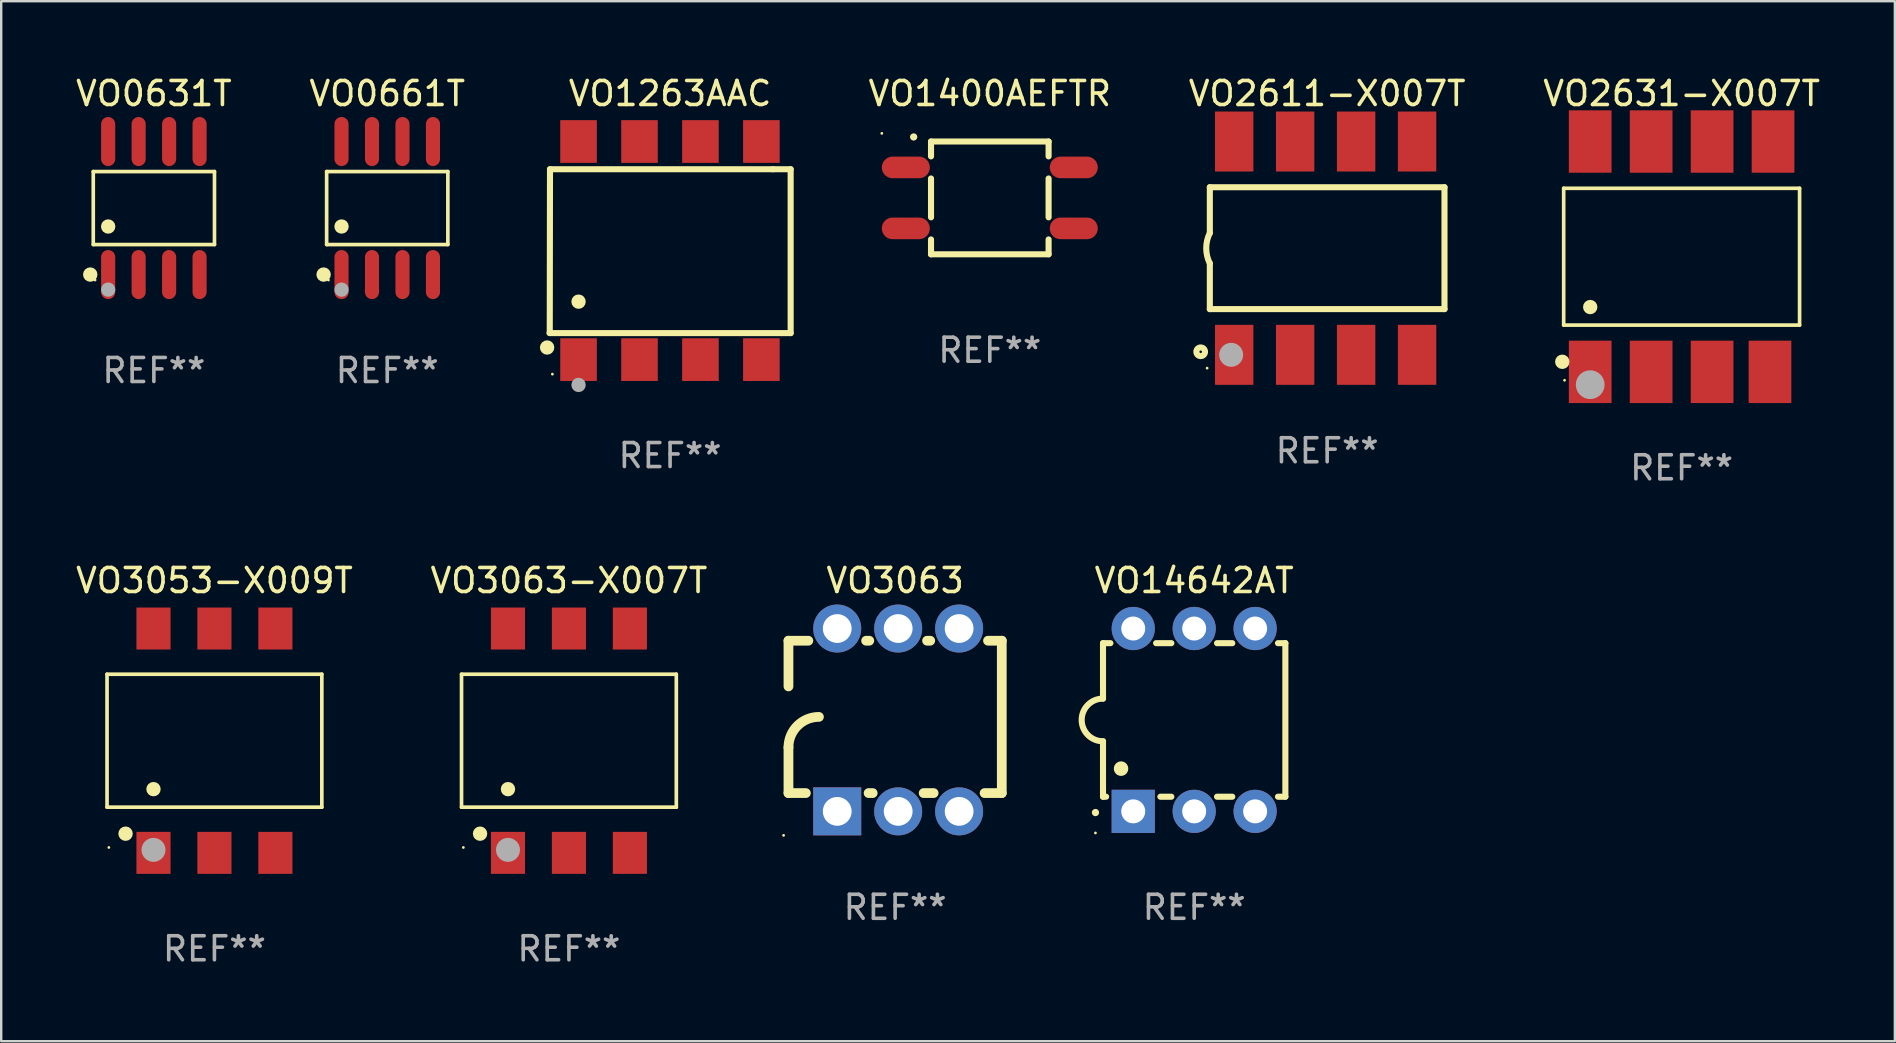
<source format=kicad_pcb>
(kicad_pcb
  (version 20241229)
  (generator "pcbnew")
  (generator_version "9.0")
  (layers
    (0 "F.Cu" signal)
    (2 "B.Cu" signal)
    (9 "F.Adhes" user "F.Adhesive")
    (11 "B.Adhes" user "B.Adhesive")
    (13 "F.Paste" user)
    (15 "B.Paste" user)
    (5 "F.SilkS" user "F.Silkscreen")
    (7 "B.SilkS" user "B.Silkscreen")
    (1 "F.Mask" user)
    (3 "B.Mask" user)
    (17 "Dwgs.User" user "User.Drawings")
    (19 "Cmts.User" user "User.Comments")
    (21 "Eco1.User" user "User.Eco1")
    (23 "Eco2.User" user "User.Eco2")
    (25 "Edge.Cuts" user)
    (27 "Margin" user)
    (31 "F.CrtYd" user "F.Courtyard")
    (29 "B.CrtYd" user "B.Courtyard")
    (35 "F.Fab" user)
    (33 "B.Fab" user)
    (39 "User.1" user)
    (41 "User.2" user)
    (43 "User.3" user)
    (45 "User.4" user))
  (footprint "VO1263AAC"
    (layer "F.Cu")
    (at 24.877 7.393)
    (property "Reference" "VO1263AAC" (at 0 -6.545 0) (layer "F.SilkS") (effects (font (size 1 1) (thickness 0.15))))
    (attr through_hole)
    (fp_line (start -5.005 -3.39) (end -5.015 3.42) (stroke (width 0.254) (type solid)) (layer "F.SilkS"))
    (fp_line (start 4.285 -3.39) (end -5.005 -3.39) (stroke (width 0.254) (type solid)) (layer "F.SilkS"))
    (fp_line (start 4.285 -3.39) (end 5.025 -3.39) (stroke (width 0.254) (type solid)) (layer "F.SilkS"))
    (fp_line (start 5.025 -3.39) (end 5.025 3.44) (stroke (width 0.254) (type solid)) (layer "F.SilkS"))
    (fp_line (start 5.025 3.44) (end -5.025 3.44) (stroke (width 0.254) (type solid)) (layer "F.SilkS"))
    (fp_circle (center -5.125 4.04) (end -4.975 4.04) (stroke (width 0.3) (type solid)) (fill no) (layer "F.SilkS"))
    (fp_circle (center -4.905 5.15) (end -4.875 5.15) (stroke (width 0.06) (type solid)) (fill no) (layer "F.SilkS"))
    (fp_circle (center -3.815 2.129) (end -3.665 2.129) (stroke (width 0.3) (type solid)) (fill no) (layer "F.SilkS"))
    (fp_circle (center -3.815 5.6) (end -3.665 5.6) (stroke (width 0.3) (type solid)) (fill no) (layer "F.Fab"))
    (fp_text user "REF**" (at 0 8.545 0) (layer "F.Fab") (effects (font (size 1 1) (thickness 0.15))))
    (pad "1" smd rect (at -3.815 4.545) (size 1.525 1.78) (layers "F.Cu" "F.Mask" "F.Paste"))
    (pad "2" smd rect (at -1.275 4.545) (size 1.525 1.78) (layers "F.Cu" "F.Mask" "F.Paste"))
    (pad "3" smd rect (at 1.265 4.545) (size 1.525 1.78) (layers "F.Cu" "F.Mask" "F.Paste"))
    (pad "4" smd rect (at 3.805 4.545) (size 1.525 1.78) (layers "F.Cu" "F.Mask" "F.Paste"))
    (pad "5" smd rect (at 3.805 -4.545) (size 1.525 1.78) (layers "F.Cu" "F.Mask" "F.Paste"))
    (pad "6" smd rect (at 1.265 -4.545) (size 1.525 1.78) (layers "F.Cu" "F.Mask" "F.Paste"))
    (pad "7" smd rect (at -1.275 -4.545) (size 1.525 1.78) (layers "F.Cu" "F.Mask" "F.Paste"))
    (pad "8" smd rect (at -3.815 -4.545) (size 1.525 1.78) (layers "F.Cu" "F.Mask" "F.Paste")))
  (footprint "VO3053-X009T"
    (layer "F.Cu")
    (at 5.887 27.82)
    (property "Reference" "VO3053-X009T" (at 0 -6.675 0) (layer "F.SilkS") (effects (font (size 1 1) (thickness 0.15))))
    (attr through_hole)
    (fp_line (start -4.476 -2.771) (end 4.476 -2.771) (stroke (width 0.152) (type solid)) (layer "F.SilkS"))
    (fp_line (start -4.476 2.771) (end -4.476 -2.771) (stroke (width 0.152) (type solid)) (layer "F.SilkS"))
    (fp_line (start 4.476 -2.771) (end 4.476 2.771) (stroke (width 0.152) (type solid)) (layer "F.SilkS"))
    (fp_line (start 4.476 2.771) (end -4.476 2.771) (stroke (width 0.152) (type solid)) (layer "F.SilkS"))
    (fp_circle (center -4.4 4.45) (end -4.37 4.45) (stroke (width 0.06) (type solid)) (fill no) (layer "F.SilkS"))
    (fp_circle (center -3.704 3.875) (end -3.553 3.875) (stroke (width 0.3) (type solid)) (fill no) (layer "F.SilkS"))
    (fp_circle (center -2.54 2.019) (end -2.39 2.019) (stroke (width 0.3) (type solid)) (fill no) (layer "F.SilkS"))
    (fp_circle (center -2.54 4.55) (end -2.29 4.55) (stroke (width 0.5) (type solid)) (fill no) (layer "F.Fab"))
    (fp_text user "REF**" (at 0 8.675 0) (layer "F.Fab") (effects (font (size 1 1) (thickness 0.15))))
    (pad "1" smd rect (at -2.54 4.675) (size 1.422 1.75) (layers "F.Cu" "F.Mask" "F.Paste"))
    (pad "2" smd rect (at 0 4.675) (size 1.422 1.75) (layers "F.Cu" "F.Mask" "F.Paste"))
    (pad "3" smd rect (at 2.54 4.675) (size 1.422 1.75) (layers "F.Cu" "F.Mask" "F.Paste"))
    (pad "4" smd rect (at 2.54 -4.675) (size 1.422 1.75) (layers "F.Cu" "F.Mask" "F.Paste"))
    (pad "5" smd rect (at 0 -4.675) (size 1.422 1.75) (layers "F.Cu" "F.Mask" "F.Paste"))
    (pad "6" smd rect (at -2.54 -4.675) (size 1.422 1.75) (layers "F.Cu" "F.Mask" "F.Paste")))
  (footprint "VO1400AEFTR"
    (layer "F.Cu")
    (at 38.202 5.198)
    (property "Reference" "VO1400AEFTR" (at 0 -4.35 0) (layer "F.SilkS") (effects (font (size 1 1) (thickness 0.15))))
    (attr through_hole)
    (fp_line (start -2.45 -2.35) (end -2.45 -1.731) (stroke (width 0.254) (type solid)) (layer "F.SilkS"))
    (fp_line (start -2.45 -0.809) (end -2.45 0.809) (stroke (width 0.254) (type solid)) (layer "F.SilkS"))
    (fp_line (start -2.45 1.731) (end -2.45 2.35) (stroke (width 0.254) (type solid)) (layer "F.SilkS"))
    (fp_line (start 2.45 -2.35) (end -2.45 -2.35) (stroke (width 0.254) (type solid)) (layer "F.SilkS"))
    (fp_line (start 2.45 -2.35) (end 2.45 -1.731) (stroke (width 0.254) (type solid)) (layer "F.SilkS"))
    (fp_line (start 2.45 -0.809) (end 2.45 0.809) (stroke (width 0.254) (type solid)) (layer "F.SilkS"))
    (fp_line (start 2.45 1.731) (end 2.45 2.35) (stroke (width 0.254) (type solid)) (layer "F.SilkS"))
    (fp_line (start 2.45 2.35) (end -2.45 2.35) (stroke (width 0.254) (type solid)) (layer "F.SilkS"))
    (fp_arc (start -3.174879 -2.540005) (mid -3.173609 -2.54001) (end -3.172339 -2.540005) (stroke (width 0.3) (type solid)) (layer "F.SilkS"))
    (fp_circle (center -4.5 -2.69) (end -4.47 -2.69) (stroke (width 0.06) (type solid)) (fill no) (layer "F.SilkS"))
    (fp_text user "REF**" (at 0 6.35 0) (layer "F.Fab") (effects (font (size 1 1) (thickness 0.15))))
    (pad "1" smd oval (at -3.5 -1.27 90) (size 0.9 2) (layers "F.Cu" "F.Mask" "F.Paste"))
    (pad "2" smd oval (at -3.5 1.27 90) (size 0.9 2) (layers "F.Cu" "F.Mask" "F.Paste"))
    (pad "3" smd oval (at 3.5 1.27 90) (size 0.9 2) (layers "F.Cu" "F.Mask" "F.Paste"))
    (pad "4" smd oval (at 3.5 -1.27 90) (size 0.9 2) (layers "F.Cu" "F.Mask" "F.Paste")))
  (footprint "VO3063"
    (layer "F.Cu")
    (at 34.256 26.955)
    (property "Reference" "VO3063" (at 0 -5.81 0) (layer "F.SilkS") (effects (font (size 1 1) (thickness 0.15))))
    (attr through_hole)
    (fp_line (start -4.445 -1.397) (end -4.445 -3.302) (stroke (width 0.406) (type solid)) (layer "F.SilkS"))
    (fp_line (start -4.445 3.048) (end -4.445 1.143) (stroke (width 0.406) (type solid)) (layer "F.SilkS"))
    (fp_line (start -4.445 3.048) (end -3.72 3.048) (stroke (width 0.406) (type solid)) (layer "F.SilkS"))
    (fp_line (start -3.617 -3.302) (end -4.445 -3.302) (stroke (width 0.406) (type solid)) (layer "F.SilkS"))
    (fp_line (start -1.106 3.048) (end -0.935 3.048) (stroke (width 0.406) (type solid)) (layer "F.SilkS"))
    (fp_line (start -1.077 -3.302) (end -1.209 -3.302) (stroke (width 0.406) (type solid)) (layer "F.SilkS"))
    (fp_line (start 1.189 3.048) (end 1.605 3.048) (stroke (width 0.406) (type solid)) (layer "F.SilkS"))
    (fp_line (start 1.463 -3.302) (end 1.331 -3.302) (stroke (width 0.406) (type solid)) (layer "F.SilkS"))
    (fp_line (start 3.729 3.048) (end 4.445 3.048) (stroke (width 0.406) (type solid)) (layer "F.SilkS"))
    (fp_line (start 4.445 -3.302) (end 3.871 -3.302) (stroke (width 0.406) (type solid)) (layer "F.SilkS"))
    (fp_line (start 4.445 -3.302) (end 4.445 3.048) (stroke (width 0.406) (type solid)) (layer "F.SilkS"))
    (fp_arc (start -4.444983 1.143002) (mid -4.073008 0.244974) (end -3.17498 -0.127) (stroke (width 0.4064) (type solid)) (layer "F.SilkS"))
    (fp_circle (center -4.648 4.81) (end -4.618 4.81) (stroke (width 0.06) (type solid)) (fill no) (layer "F.SilkS"))
    (fp_text user "REF**" (at 0 7.81 0) (layer "F.Fab") (effects (font (size 1 1) (thickness 0.15))))
    (pad "1" thru_hole rect (at -2.413 3.81 90) (size 2 2) (drill 1.2) (layers "*.Cu" "*.Mask"))
    (pad "2" thru_hole circle (at 0.127 3.81) (size 2 2) (drill 1.2) (layers "*.Cu" "*.Mask"))
    (pad "3" thru_hole circle (at 2.667 3.81) (size 2 2) (drill 1.2) (layers "*.Cu" "*.Mask"))
    (pad "4" thru_hole circle (at 2.667 -3.81) (size 2 2) (drill 1.2) (layers "*.Cu" "*.Mask"))
    (pad "5" thru_hole circle (at 0.127 -3.81) (size 2 2) (drill 1.2) (layers "*.Cu" "*.Mask"))
    (pad "6" thru_hole circle (at -2.413 -3.81) (size 2 2) (drill 1.2) (layers "*.Cu" "*.Mask")))
  (footprint "VO0631T"
    (layer "F.Cu")
    (at 3.363 5.621)
    (property "Reference" "VO0631T" (at 0 -4.772 0) (layer "F.SilkS") (effects (font (size 1 1) (thickness 0.15))))
    (attr through_hole)
    (fp_line (start -2.526 -1.521) (end 2.526 -1.521) (stroke (width 0.152) (type solid)) (layer "F.SilkS"))
    (fp_line (start -2.526 1.521) (end -2.526 -1.521) (stroke (width 0.152) (type solid)) (layer "F.SilkS"))
    (fp_line (start 2.526 -1.521) (end 2.526 1.521) (stroke (width 0.152) (type solid)) (layer "F.SilkS"))
    (fp_line (start 2.526 1.521) (end -2.526 1.521) (stroke (width 0.152) (type solid)) (layer "F.SilkS"))
    (fp_circle (center -2.652 2.772) (end -2.501 2.772) (stroke (width 0.3) (type solid)) (fill no) (layer "F.SilkS"))
    (fp_circle (center -2.45 3) (end -2.42 3) (stroke (width 0.06) (type solid)) (fill no) (layer "F.SilkS"))
    (fp_circle (center -1.905 0.769) (end -1.755 0.769) (stroke (width 0.3) (type solid)) (fill no) (layer "F.SilkS"))
    (fp_circle (center -1.905 3.4) (end -1.755 3.4) (stroke (width 0.3) (type solid)) (fill no) (layer "F.Fab"))
    (fp_text user "REF**" (at 0 6.772 0) (layer "F.Fab") (effects (font (size 1 1) (thickness 0.15))))
    (pad "1" smd oval (at -1.905 2.772) (size 0.588 2.045) (layers "F.Cu" "F.Mask" "F.Paste"))
    (pad "2" smd oval (at -0.635 2.772) (size 0.588 2.045) (layers "F.Cu" "F.Mask" "F.Paste"))
    (pad "3" smd oval (at 0.635 2.772) (size 0.588 2.045) (layers "F.Cu" "F.Mask" "F.Paste"))
    (pad "4" smd oval (at 1.905 2.772) (size 0.588 2.045) (layers "F.Cu" "F.Mask" "F.Paste"))
    (pad "5" smd oval (at 1.905 -2.772) (size 0.588 2.045) (layers "F.Cu" "F.Mask" "F.Paste"))
    (pad "6" smd oval (at 0.635 -2.772) (size 0.588 2.045) (layers "F.Cu" "F.Mask" "F.Paste"))
    (pad "7" smd oval (at -0.635 -2.772) (size 0.588 2.045) (layers "F.Cu" "F.Mask" "F.Paste"))
    (pad "8" smd oval (at -1.905 -2.772) (size 0.588 2.045) (layers "F.Cu" "F.Mask" "F.Paste")))
  (footprint "VO2631-X007T"
    (layer "F.Cu")
    (at 67.035 7.648)
    (property "Reference" "VO2631-X007T" (at 0 -6.8 0) (layer "F.SilkS") (effects (font (size 1 1) (thickness 0.15))))
    (attr through_hole)
    (fp_line (start -4.916 -2.851) (end 4.916 -2.851) (stroke (width 0.152) (type solid)) (layer "F.SilkS"))
    (fp_line (start -4.916 2.851) (end -4.916 -2.851) (stroke (width 0.152) (type solid)) (layer "F.SilkS"))
    (fp_line (start 4.916 -2.851) (end 4.916 2.851) (stroke (width 0.152) (type solid)) (layer "F.SilkS"))
    (fp_line (start 4.916 2.851) (end -4.916 2.851) (stroke (width 0.152) (type solid)) (layer "F.SilkS"))
    (fp_circle (center -4.974 4.38) (end -4.823 4.38) (stroke (width 0.3) (type solid)) (fill no) (layer "F.SilkS"))
    (fp_circle (center -4.88 5.15) (end -4.85 5.15) (stroke (width 0.06) (type solid)) (fill no) (layer "F.SilkS"))
    (fp_circle (center -3.81 2.099) (end -3.66 2.099) (stroke (width 0.3) (type solid)) (fill no) (layer "F.SilkS"))
    (fp_circle (center -3.81 5.334) (end -3.51 5.334) (stroke (width 0.6) (type solid)) (fill no) (layer "F.Fab"))
    (fp_text user "REF**" (at 0 8.8 0) (layer "F.Fab") (effects (font (size 1 1) (thickness 0.15))))
    (pad "1" smd rect (at -3.81 4.8) (size 1.78 2.6) (layers "F.Cu" "F.Mask" "F.Paste"))
    (pad "2" smd rect (at -1.27 4.8) (size 1.78 2.6) (layers "F.Cu" "F.Mask" "F.Paste"))
    (pad "3" smd rect (at 1.27 4.8) (size 1.78 2.6) (layers "F.Cu" "F.Mask" "F.Paste"))
    (pad "4" smd rect (at 3.683 4.8) (size 1.78 2.6) (layers "F.Cu" "F.Mask" "F.Paste"))
    (pad "5" smd rect (at 3.81 -4.8) (size 1.78 2.6) (layers "F.Cu" "F.Mask" "F.Paste"))
    (pad "6" smd rect (at 1.27 -4.8) (size 1.78 2.6) (layers "F.Cu" "F.Mask" "F.Paste"))
    (pad "7" smd rect (at -1.27 -4.8) (size 1.78 2.6) (layers "F.Cu" "F.Mask" "F.Paste"))
    (pad "8" smd rect (at -3.81 -4.8) (size 1.78 2.6) (layers "F.Cu" "F.Mask" "F.Paste")))
  (footprint "VO0661T"
    (layer "F.Cu")
    (at 13.089 5.621)
    (property "Reference" "VO0661T" (at 0 -4.772 0) (layer "F.SilkS") (effects (font (size 1 1) (thickness 0.15))))
    (attr through_hole)
    (fp_line (start -2.526 -1.521) (end 2.526 -1.521) (stroke (width 0.152) (type solid)) (layer "F.SilkS"))
    (fp_line (start -2.526 1.521) (end -2.526 -1.521) (stroke (width 0.152) (type solid)) (layer "F.SilkS"))
    (fp_line (start 2.526 -1.521) (end 2.526 1.521) (stroke (width 0.152) (type solid)) (layer "F.SilkS"))
    (fp_line (start 2.526 1.521) (end -2.526 1.521) (stroke (width 0.152) (type solid)) (layer "F.SilkS"))
    (fp_circle (center -2.652 2.772) (end -2.501 2.772) (stroke (width 0.3) (type solid)) (fill no) (layer "F.SilkS"))
    (fp_circle (center -2.45 3) (end -2.42 3) (stroke (width 0.06) (type solid)) (fill no) (layer "F.SilkS"))
    (fp_circle (center -1.905 0.769) (end -1.755 0.769) (stroke (width 0.3) (type solid)) (fill no) (layer "F.SilkS"))
    (fp_circle (center -1.905 3.4) (end -1.755 3.4) (stroke (width 0.3) (type solid)) (fill no) (layer "F.Fab"))
    (fp_text user "REF**" (at 0 6.772 0) (layer "F.Fab") (effects (font (size 1 1) (thickness 0.15))))
    (pad "1" smd oval (at -1.905 2.772) (size 0.588 2.045) (layers "F.Cu" "F.Mask" "F.Paste"))
    (pad "2" smd oval (at -0.635 2.772) (size 0.588 2.045) (layers "F.Cu" "F.Mask" "F.Paste"))
    (pad "3" smd oval (at 0.635 2.772) (size 0.588 2.045) (layers "F.Cu" "F.Mask" "F.Paste"))
    (pad "4" smd oval (at 1.905 2.772) (size 0.588 2.045) (layers "F.Cu" "F.Mask" "F.Paste"))
    (pad "5" smd oval (at 1.905 -2.772) (size 0.588 2.045) (layers "F.Cu" "F.Mask" "F.Paste"))
    (pad "6" smd oval (at 0.635 -2.772) (size 0.588 2.045) (layers "F.Cu" "F.Mask" "F.Paste"))
    (pad "7" smd oval (at -0.635 -2.772) (size 0.588 2.045) (layers "F.Cu" "F.Mask" "F.Paste"))
    (pad "8" smd oval (at -1.905 -2.772) (size 0.588 2.045) (layers "F.Cu" "F.Mask" "F.Paste")))
  (footprint "VO2611-X007T"
    (layer "F.Cu")
    (at 52.262 7.293)
    (property "Reference" "VO2611-X007T" (at 0 -6.445 0) (layer "F.SilkS") (effects (font (size 1 1) (thickness 0.15))))
    (attr through_hole)
    (fp_line (start -4.89 -2.54) (end 4.89 -2.54) (stroke (width 0.254) (type solid)) (layer "F.SilkS"))
    (fp_line (start -4.89 -0.635) (end -4.89 -2.54) (stroke (width 0.254) (type solid)) (layer "F.SilkS"))
    (fp_line (start -4.89 2.54) (end -4.89 0.635) (stroke (width 0.254) (type solid)) (layer "F.SilkS"))
    (fp_line (start 4.89 -2.54) (end 4.89 2.54) (stroke (width 0.254) (type solid)) (layer "F.SilkS"))
    (fp_line (start 4.89 2.54) (end -4.89 2.54) (stroke (width 0.254) (type solid)) (layer "F.SilkS"))
    (fp_arc (start -4.890119 0.635002) (mid -5.039815 -0.000071) (end -4.88951 -0.635001) (stroke (width 0.254001) (type solid)) (layer "F.SilkS"))
    (fp_circle (center -5.271 4.318) (end -5.091 4.318) (stroke (width 0.254) (type solid)) (fill no) (layer "F.SilkS"))
    (fp_circle (center -5.004 5) (end -4.974 5) (stroke (width 0.06) (type solid)) (fill no) (layer "F.SilkS"))
    (fp_circle (center -4.001 4.445) (end -3.751 4.445) (stroke (width 0.5) (type solid)) (fill no) (layer "F.Fab"))
    (fp_text user "REF**" (at 0 8.445 0) (layer "F.Fab") (effects (font (size 1 1) (thickness 0.15))))
    (pad "1" smd rect (at -3.874 4.445) (size 1.6 2.5) (layers "F.Cu" "F.Mask" "F.Paste"))
    (pad "2" smd rect (at -1.334 4.445) (size 1.6 2.5) (layers "F.Cu" "F.Mask" "F.Paste"))
    (pad "3" smd rect (at 1.207 4.445) (size 1.6 2.5) (layers "F.Cu" "F.Mask" "F.Paste"))
    (pad "4" smd rect (at 3.747 4.445) (size 1.6 2.5) (layers "F.Cu" "F.Mask" "F.Paste"))
    (pad "5" smd rect (at 3.747 -4.445) (size 1.6 2.5) (layers "F.Cu" "F.Mask" "F.Paste"))
    (pad "6" smd rect (at 1.207 -4.445) (size 1.6 2.5) (layers "F.Cu" "F.Mask" "F.Paste"))
    (pad "7" smd rect (at -1.334 -4.445) (size 1.6 2.5) (layers "F.Cu" "F.Mask" "F.Paste"))
    (pad "8" smd rect (at -3.874 -4.445) (size 1.6 2.5) (layers "F.Cu" "F.Mask" "F.Paste")))
  (footprint "VO3063-X007T"
    (layer "F.Cu")
    (at 20.661 27.82)
    (property "Reference" "VO3063-X007T" (at 0 -6.675 0) (layer "F.SilkS") (effects (font (size 1 1) (thickness 0.15))))
    (attr through_hole)
    (fp_line (start -4.476 -2.771) (end 4.476 -2.771) (stroke (width 0.152) (type solid)) (layer "F.SilkS"))
    (fp_line (start -4.476 2.771) (end -4.476 -2.771) (stroke (width 0.152) (type solid)) (layer "F.SilkS"))
    (fp_line (start 4.476 -2.771) (end 4.476 2.771) (stroke (width 0.152) (type solid)) (layer "F.SilkS"))
    (fp_line (start 4.476 2.771) (end -4.476 2.771) (stroke (width 0.152) (type solid)) (layer "F.SilkS"))
    (fp_circle (center -4.4 4.45) (end -4.37 4.45) (stroke (width 0.06) (type solid)) (fill no) (layer "F.SilkS"))
    (fp_circle (center -3.704 3.875) (end -3.553 3.875) (stroke (width 0.3) (type solid)) (fill no) (layer "F.SilkS"))
    (fp_circle (center -2.54 2.019) (end -2.39 2.019) (stroke (width 0.3) (type solid)) (fill no) (layer "F.SilkS"))
    (fp_circle (center -2.54 4.55) (end -2.29 4.55) (stroke (width 0.5) (type solid)) (fill no) (layer "F.Fab"))
    (fp_text user "REF**" (at 0 8.675 0) (layer "F.Fab") (effects (font (size 1 1) (thickness 0.15))))
    (pad "1" smd rect (at -2.54 4.675) (size 1.422 1.75) (layers "F.Cu" "F.Mask" "F.Paste"))
    (pad "2" smd rect (at 0 4.675) (size 1.422 1.75) (layers "F.Cu" "F.Mask" "F.Paste"))
    (pad "3" smd rect (at 2.54 4.675) (size 1.422 1.75) (layers "F.Cu" "F.Mask" "F.Paste"))
    (pad "4" smd rect (at 2.54 -4.675) (size 1.422 1.75) (layers "F.Cu" "F.Mask" "F.Paste"))
    (pad "5" smd rect (at 0 -4.675) (size 1.422 1.75) (layers "F.Cu" "F.Mask" "F.Paste"))
    (pad "6" smd rect (at -2.54 -4.675) (size 1.422 1.75) (layers "F.Cu" "F.Mask" "F.Paste")))
  (footprint "VO14642AT"
    (layer "F.Cu")
    (at 46.72 26.955)
    (property "Reference" "VO14642AT" (at 0 -5.81 0) (layer "F.SilkS") (effects (font (size 1 1) (thickness 0.15))))
    (attr through_hole)
    (fp_line (start -3.8 -3.2) (end -3.8 -0.889) (stroke (width 0.254) (type solid)) (layer "F.SilkS"))
    (fp_line (start -3.8 -3.2) (end -3.492 -3.2) (stroke (width 0.254) (type solid)) (layer "F.SilkS"))
    (fp_line (start -3.8 3.2) (end -3.8 0.889) (stroke (width 0.254) (type solid)) (layer "F.SilkS"))
    (fp_line (start -3.8 3.2) (end -3.671 3.2) (stroke (width 0.254) (type solid)) (layer "F.SilkS"))
    (fp_line (start -1.588 -3.2) (end -0.952 -3.2) (stroke (width 0.254) (type solid)) (layer "F.SilkS"))
    (fp_line (start -1.409 3.2) (end -0.952 3.2) (stroke (width 0.254) (type solid)) (layer "F.SilkS"))
    (fp_line (start 0.952 -3.2) (end 1.588 -3.2) (stroke (width 0.254) (type solid)) (layer "F.SilkS"))
    (fp_line (start 0.952 3.2) (end 1.588 3.2) (stroke (width 0.254) (type solid)) (layer "F.SilkS"))
    (fp_line (start 3.492 -3.2) (end 3.8 -3.2) (stroke (width 0.254) (type solid)) (layer "F.SilkS"))
    (fp_line (start 3.492 3.2) (end 3.8 3.2) (stroke (width 0.254) (type solid)) (layer "F.SilkS"))
    (fp_line (start 3.8 -3.2) (end 3.8 3.2) (stroke (width 0.254) (type solid)) (layer "F.SilkS"))
    (fp_arc (start -4.114808 3.860808) (mid -4.114813 3.859538) (end -4.114808 3.858268) (stroke (width 0.3) (type solid)) (layer "F.SilkS"))
    (fp_arc (start -3.8 0.889002) (mid -4.68885 -0.000076) (end -3.799848 -0.889002) (stroke (width 0.254001) (type solid)) (layer "F.SilkS"))
    (fp_arc (start -3.048006 2.032004) (mid -3.048017 2.029464) (end -3.048006 2.026924) (stroke (width 0.6) (type solid)) (layer "F.SilkS"))
    (fp_circle (center -4.115 4.71) (end -4.085 4.71) (stroke (width 0.06) (type solid)) (fill no) (layer "F.SilkS"))
    (fp_text user "REF**" (at 0 7.81 0) (layer "F.Fab") (effects (font (size 1 1) (thickness 0.15))))
    (pad "1" thru_hole rect (at -2.54 3.81 90) (size 1.8 1.8) (drill 1) (layers "*.Cu" "*.Mask"))
    (pad "2" thru_hole circle (at 0 3.81) (size 1.8 1.8) (drill 1) (layers "*.Cu" "*.Mask"))
    (pad "3" thru_hole circle (at 2.54 3.81) (size 1.8 1.8) (drill 1) (layers "*.Cu" "*.Mask"))
    (pad "4" thru_hole circle (at 2.54 -3.81) (size 1.8 1.8) (drill 1) (layers "*.Cu" "*.Mask"))
    (pad "5" thru_hole circle (at 0 -3.81) (size 1.8 1.8) (drill 1) (layers "*.Cu" "*.Mask"))
    (pad "6" thru_hole circle (at -2.54 -3.81) (size 1.8 1.8) (drill 1) (layers "*.Cu" "*.Mask")))
  (gr_rect
    (start -3 -3)
    (end 75.922 40.343)
    (stroke (width 0.1) (type default))
    (fill no)
    (layer "Edge.Cuts")))
</source>
